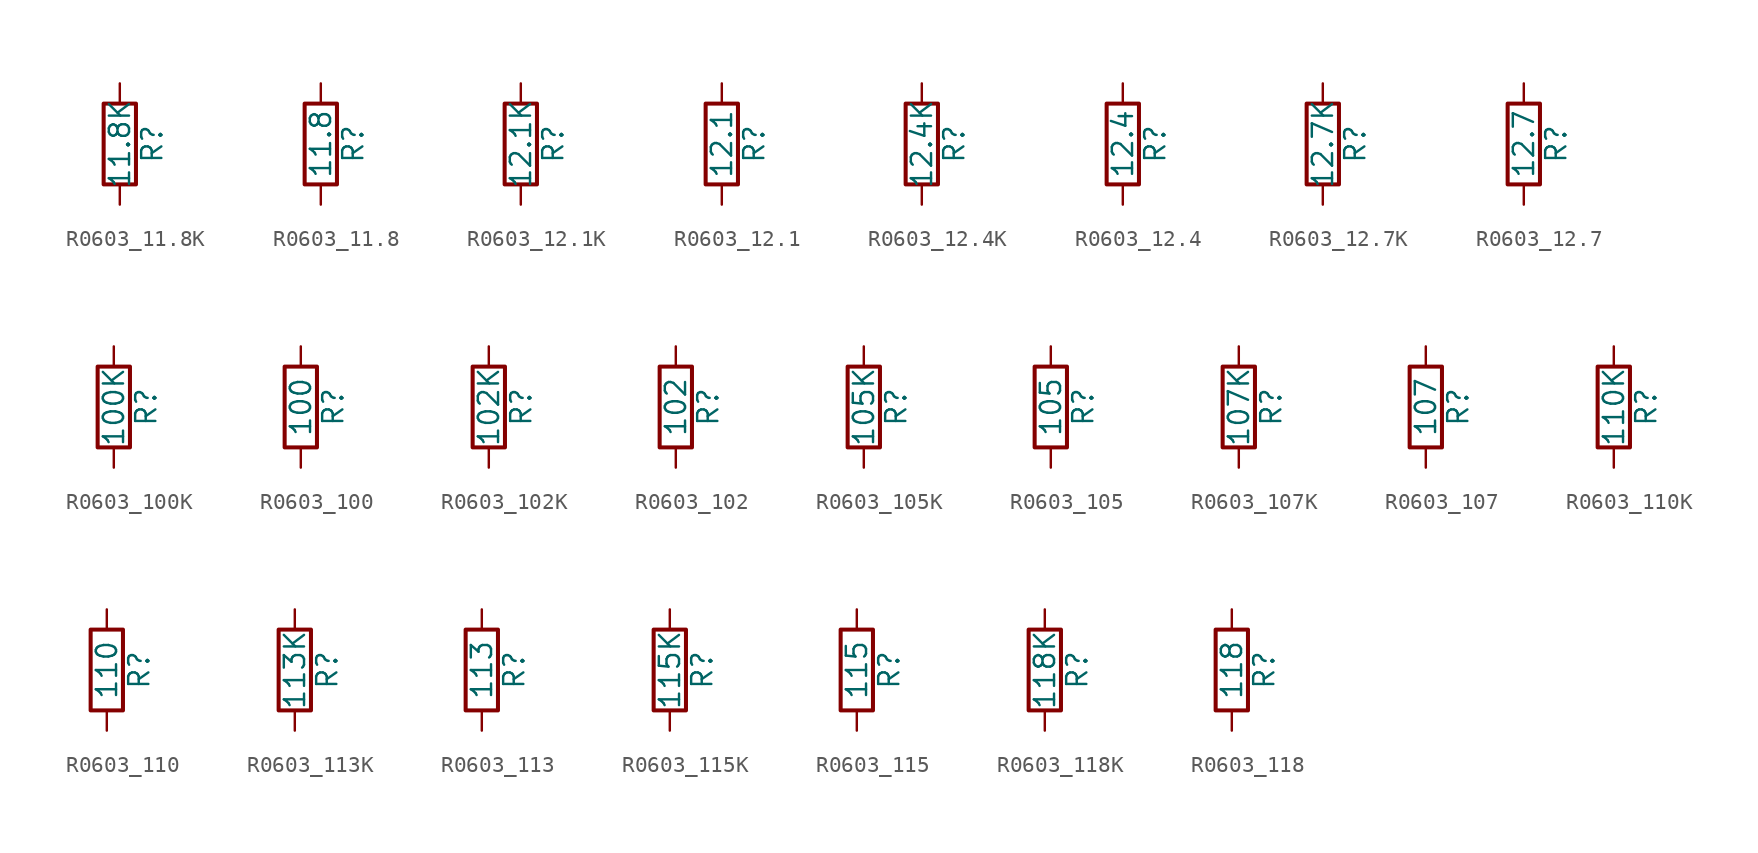
<source format=kicad_sym>
(kicad_symbol_lib
  (version 20211014)
  (generator atlantix-eda)
  (symbol "R0603_11.8K"
    (pin_numbers hide)
    (pin_names
      (offset 0))
    (property "Reference" "R"
      (at 2.032 0 90)
      (effects (font (size 1.27 1.27))))
    (property "Value" "11.8K"
      (at 0 0 90)
      (effects (font (size 1.27 1.27))))
    (symbol "R0603_11.8K_0_1"
      (rectangle (start -1.016 -2.54) (end 1.016 2.54) (stroke (width 0.254) (type default) (color 0 0 0 0)) (fill (type none))))
    (symbol "R0603_11.8K_1_1"
      (pin passive line (at 0 3.81 270) (length 1.27) (name "~" (effects (font (size 1.27 1.27)))) (number "1" (effects (font (size 1.27 1.27)))))
      (pin passive line (at 0 -3.81 90) (length 1.27) (name "~" (effects (font (size 1.27 1.27)))) (number "2" (effects (font (size 1.27 1.27)))))))
  (symbol "R0603_11.8"
    (pin_numbers hide)
    (pin_names
      (offset 0))
    (property "Reference" "R"
      (at 2.032 0 90)
      (effects (font (size 1.27 1.27))))
    (property "Value" "11.8"
      (at 0 0 90)
      (effects (font (size 1.27 1.27))))
    (symbol "R0603_11.8_0_1"
      (rectangle (start -1.016 -2.54) (end 1.016 2.54) (stroke (width 0.254) (type default) (color 0 0 0 0)) (fill (type none))))
    (symbol "R0603_11.8_1_1"
      (pin passive line (at 0 3.81 270) (length 1.27) (name "~" (effects (font (size 1.27 1.27)))) (number "1" (effects (font (size 1.27 1.27)))))
      (pin passive line (at 0 -3.81 90) (length 1.27) (name "~" (effects (font (size 1.27 1.27)))) (number "2" (effects (font (size 1.27 1.27)))))))
  (symbol "R0603_12.1K"
    (pin_numbers hide)
    (pin_names
      (offset 0))
    (property "Reference" "R"
      (at 2.032 0 90)
      (effects (font (size 1.27 1.27))))
    (property "Value" "12.1K"
      (at 0 0 90)
      (effects (font (size 1.27 1.27))))
    (symbol "R0603_12.1K_0_1"
      (rectangle (start -1.016 -2.54) (end 1.016 2.54) (stroke (width 0.254) (type default) (color 0 0 0 0)) (fill (type none))))
    (symbol "R0603_12.1K_1_1"
      (pin passive line (at 0 3.81 270) (length 1.27) (name "~" (effects (font (size 1.27 1.27)))) (number "1" (effects (font (size 1.27 1.27)))))
      (pin passive line (at 0 -3.81 90) (length 1.27) (name "~" (effects (font (size 1.27 1.27)))) (number "2" (effects (font (size 1.27 1.27)))))))
  (symbol "R0603_12.1"
    (pin_numbers hide)
    (pin_names
      (offset 0))
    (property "Reference" "R"
      (at 2.032 0 90)
      (effects (font (size 1.27 1.27))))
    (property "Value" "12.1"
      (at 0 0 90)
      (effects (font (size 1.27 1.27))))
    (symbol "R0603_12.1_0_1"
      (rectangle (start -1.016 -2.54) (end 1.016 2.54) (stroke (width 0.254) (type default) (color 0 0 0 0)) (fill (type none))))
    (symbol "R0603_12.1_1_1"
      (pin passive line (at 0 3.81 270) (length 1.27) (name "~" (effects (font (size 1.27 1.27)))) (number "1" (effects (font (size 1.27 1.27)))))
      (pin passive line (at 0 -3.81 90) (length 1.27) (name "~" (effects (font (size 1.27 1.27)))) (number "2" (effects (font (size 1.27 1.27)))))))
  (symbol "R0603_12.4K"
    (pin_numbers hide)
    (pin_names
      (offset 0))
    (property "Reference" "R"
      (at 2.032 0 90)
      (effects (font (size 1.27 1.27))))
    (property "Value" "12.4K"
      (at 0 0 90)
      (effects (font (size 1.27 1.27))))
    (symbol "R0603_12.4K_0_1"
      (rectangle (start -1.016 -2.54) (end 1.016 2.54) (stroke (width 0.254) (type default) (color 0 0 0 0)) (fill (type none))))
    (symbol "R0603_12.4K_1_1"
      (pin passive line (at 0 3.81 270) (length 1.27) (name "~" (effects (font (size 1.27 1.27)))) (number "1" (effects (font (size 1.27 1.27)))))
      (pin passive line (at 0 -3.81 90) (length 1.27) (name "~" (effects (font (size 1.27 1.27)))) (number "2" (effects (font (size 1.27 1.27)))))))
  (symbol "R0603_12.4"
    (pin_numbers hide)
    (pin_names
      (offset 0))
    (property "Reference" "R"
      (at 2.032 0 90)
      (effects (font (size 1.27 1.27))))
    (property "Value" "12.4"
      (at 0 0 90)
      (effects (font (size 1.27 1.27))))
    (symbol "R0603_12.4_0_1"
      (rectangle (start -1.016 -2.54) (end 1.016 2.54) (stroke (width 0.254) (type default) (color 0 0 0 0)) (fill (type none))))
    (symbol "R0603_12.4_1_1"
      (pin passive line (at 0 3.81 270) (length 1.27) (name "~" (effects (font (size 1.27 1.27)))) (number "1" (effects (font (size 1.27 1.27)))))
      (pin passive line (at 0 -3.81 90) (length 1.27) (name "~" (effects (font (size 1.27 1.27)))) (number "2" (effects (font (size 1.27 1.27)))))))
  (symbol "R0603_12.7K"
    (pin_numbers hide)
    (pin_names
      (offset 0))
    (property "Reference" "R"
      (at 2.032 0 90)
      (effects (font (size 1.27 1.27))))
    (property "Value" "12.7K"
      (at 0 0 90)
      (effects (font (size 1.27 1.27))))
    (symbol "R0603_12.7K_0_1"
      (rectangle (start -1.016 -2.54) (end 1.016 2.54) (stroke (width 0.254) (type default) (color 0 0 0 0)) (fill (type none))))
    (symbol "R0603_12.7K_1_1"
      (pin passive line (at 0 3.81 270) (length 1.27) (name "~" (effects (font (size 1.27 1.27)))) (number "1" (effects (font (size 1.27 1.27)))))
      (pin passive line (at 0 -3.81 90) (length 1.27) (name "~" (effects (font (size 1.27 1.27)))) (number "2" (effects (font (size 1.27 1.27)))))))
  (symbol "R0603_12.7"
    (pin_numbers hide)
    (pin_names
      (offset 0))
    (property "Reference" "R"
      (at 2.032 0 90)
      (effects (font (size 1.27 1.27))))
    (property "Value" "12.7"
      (at 0 0 90)
      (effects (font (size 1.27 1.27))))
    (symbol "R0603_12.7_0_1"
      (rectangle (start -1.016 -2.54) (end 1.016 2.54) (stroke (width 0.254) (type default) (color 0 0 0 0)) (fill (type none))))
    (symbol "R0603_12.7_1_1"
      (pin passive line (at 0 3.81 270) (length 1.27) (name "~" (effects (font (size 1.27 1.27)))) (number "1" (effects (font (size 1.27 1.27)))))
      (pin passive line (at 0 -3.81 90) (length 1.27) (name "~" (effects (font (size 1.27 1.27)))) (number "2" (effects (font (size 1.27 1.27)))))))
  (symbol "R0603_100K"
    (pin_numbers hide)
    (pin_names
      (offset 0))
    (property "Reference" "R"
      (at 2.032 0 90)
      (effects (font (size 1.27 1.27))))
    (property "Value" "100K"
      (at 0 0 90)
      (effects (font (size 1.27 1.27))))
    (symbol "R0603_100K_0_1"
      (rectangle (start -1.016 -2.54) (end 1.016 2.54) (stroke (width 0.254) (type default) (color 0 0 0 0)) (fill (type none))))
    (symbol "R0603_100K_1_1"
      (pin passive line (at 0 3.81 270) (length 1.27) (name "~" (effects (font (size 1.27 1.27)))) (number "1" (effects (font (size 1.27 1.27)))))
      (pin passive line (at 0 -3.81 90) (length 1.27) (name "~" (effects (font (size 1.27 1.27)))) (number "2" (effects (font (size 1.27 1.27)))))))
  (symbol "R0603_100"
    (pin_numbers hide)
    (pin_names
      (offset 0))
    (property "Reference" "R"
      (at 2.032 0 90)
      (effects (font (size 1.27 1.27))))
    (property "Value" "100"
      (at 0 0 90)
      (effects (font (size 1.27 1.27))))
    (symbol "R0603_100_0_1"
      (rectangle (start -1.016 -2.54) (end 1.016 2.54) (stroke (width 0.254) (type default) (color 0 0 0 0)) (fill (type none))))
    (symbol "R0603_100_1_1"
      (pin passive line (at 0 3.81 270) (length 1.27) (name "~" (effects (font (size 1.27 1.27)))) (number "1" (effects (font (size 1.27 1.27)))))
      (pin passive line (at 0 -3.81 90) (length 1.27) (name "~" (effects (font (size 1.27 1.27)))) (number "2" (effects (font (size 1.27 1.27)))))))
  (symbol "R0603_102K"
    (pin_numbers hide)
    (pin_names
      (offset 0))
    (property "Reference" "R"
      (at 2.032 0 90)
      (effects (font (size 1.27 1.27))))
    (property "Value" "102K"
      (at 0 0 90)
      (effects (font (size 1.27 1.27))))
    (symbol "R0603_102K_0_1"
      (rectangle (start -1.016 -2.54) (end 1.016 2.54) (stroke (width 0.254) (type default) (color 0 0 0 0)) (fill (type none))))
    (symbol "R0603_102K_1_1"
      (pin passive line (at 0 3.81 270) (length 1.27) (name "~" (effects (font (size 1.27 1.27)))) (number "1" (effects (font (size 1.27 1.27)))))
      (pin passive line (at 0 -3.81 90) (length 1.27) (name "~" (effects (font (size 1.27 1.27)))) (number "2" (effects (font (size 1.27 1.27)))))))
  (symbol "R0603_102"
    (pin_numbers hide)
    (pin_names
      (offset 0))
    (property "Reference" "R"
      (at 2.032 0 90)
      (effects (font (size 1.27 1.27))))
    (property "Value" "102"
      (at 0 0 90)
      (effects (font (size 1.27 1.27))))
    (symbol "R0603_102_0_1"
      (rectangle (start -1.016 -2.54) (end 1.016 2.54) (stroke (width 0.254) (type default) (color 0 0 0 0)) (fill (type none))))
    (symbol "R0603_102_1_1"
      (pin passive line (at 0 3.81 270) (length 1.27) (name "~" (effects (font (size 1.27 1.27)))) (number "1" (effects (font (size 1.27 1.27)))))
      (pin passive line (at 0 -3.81 90) (length 1.27) (name "~" (effects (font (size 1.27 1.27)))) (number "2" (effects (font (size 1.27 1.27)))))))
  (symbol "R0603_105K"
    (pin_numbers hide)
    (pin_names
      (offset 0))
    (property "Reference" "R"
      (at 2.032 0 90)
      (effects (font (size 1.27 1.27))))
    (property "Value" "105K"
      (at 0 0 90)
      (effects (font (size 1.27 1.27))))
    (symbol "R0603_105K_0_1"
      (rectangle (start -1.016 -2.54) (end 1.016 2.54) (stroke (width 0.254) (type default) (color 0 0 0 0)) (fill (type none))))
    (symbol "R0603_105K_1_1"
      (pin passive line (at 0 3.81 270) (length 1.27) (name "~" (effects (font (size 1.27 1.27)))) (number "1" (effects (font (size 1.27 1.27)))))
      (pin passive line (at 0 -3.81 90) (length 1.27) (name "~" (effects (font (size 1.27 1.27)))) (number "2" (effects (font (size 1.27 1.27)))))))
  (symbol "R0603_105"
    (pin_numbers hide)
    (pin_names
      (offset 0))
    (property "Reference" "R"
      (at 2.032 0 90)
      (effects (font (size 1.27 1.27))))
    (property "Value" "105"
      (at 0 0 90)
      (effects (font (size 1.27 1.27))))
    (symbol "R0603_105_0_1"
      (rectangle (start -1.016 -2.54) (end 1.016 2.54) (stroke (width 0.254) (type default) (color 0 0 0 0)) (fill (type none))))
    (symbol "R0603_105_1_1"
      (pin passive line (at 0 3.81 270) (length 1.27) (name "~" (effects (font (size 1.27 1.27)))) (number "1" (effects (font (size 1.27 1.27)))))
      (pin passive line (at 0 -3.81 90) (length 1.27) (name "~" (effects (font (size 1.27 1.27)))) (number "2" (effects (font (size 1.27 1.27)))))))
  (symbol "R0603_107K"
    (pin_numbers hide)
    (pin_names
      (offset 0))
    (property "Reference" "R"
      (at 2.032 0 90)
      (effects (font (size 1.27 1.27))))
    (property "Value" "107K"
      (at 0 0 90)
      (effects (font (size 1.27 1.27))))
    (symbol "R0603_107K_0_1"
      (rectangle (start -1.016 -2.54) (end 1.016 2.54) (stroke (width 0.254) (type default) (color 0 0 0 0)) (fill (type none))))
    (symbol "R0603_107K_1_1"
      (pin passive line (at 0 3.81 270) (length 1.27) (name "~" (effects (font (size 1.27 1.27)))) (number "1" (effects (font (size 1.27 1.27)))))
      (pin passive line (at 0 -3.81 90) (length 1.27) (name "~" (effects (font (size 1.27 1.27)))) (number "2" (effects (font (size 1.27 1.27)))))))
  (symbol "R0603_107"
    (pin_numbers hide)
    (pin_names
      (offset 0))
    (property "Reference" "R"
      (at 2.032 0 90)
      (effects (font (size 1.27 1.27))))
    (property "Value" "107"
      (at 0 0 90)
      (effects (font (size 1.27 1.27))))
    (symbol "R0603_107_0_1"
      (rectangle (start -1.016 -2.54) (end 1.016 2.54) (stroke (width 0.254) (type default) (color 0 0 0 0)) (fill (type none))))
    (symbol "R0603_107_1_1"
      (pin passive line (at 0 3.81 270) (length 1.27) (name "~" (effects (font (size 1.27 1.27)))) (number "1" (effects (font (size 1.27 1.27)))))
      (pin passive line (at 0 -3.81 90) (length 1.27) (name "~" (effects (font (size 1.27 1.27)))) (number "2" (effects (font (size 1.27 1.27)))))))
  (symbol "R0603_110K"
    (pin_numbers hide)
    (pin_names
      (offset 0))
    (property "Reference" "R"
      (at 2.032 0 90)
      (effects (font (size 1.27 1.27))))
    (property "Value" "110K"
      (at 0 0 90)
      (effects (font (size 1.27 1.27))))
    (symbol "R0603_110K_0_1"
      (rectangle (start -1.016 -2.54) (end 1.016 2.54) (stroke (width 0.254) (type default) (color 0 0 0 0)) (fill (type none))))
    (symbol "R0603_110K_1_1"
      (pin passive line (at 0 3.81 270) (length 1.27) (name "~" (effects (font (size 1.27 1.27)))) (number "1" (effects (font (size 1.27 1.27)))))
      (pin passive line (at 0 -3.81 90) (length 1.27) (name "~" (effects (font (size 1.27 1.27)))) (number "2" (effects (font (size 1.27 1.27)))))))
  (symbol "R0603_110"
    (pin_numbers hide)
    (pin_names
      (offset 0))
    (property "Reference" "R"
      (at 2.032 0 90)
      (effects (font (size 1.27 1.27))))
    (property "Value" "110"
      (at 0 0 90)
      (effects (font (size 1.27 1.27))))
    (symbol "R0603_110_0_1"
      (rectangle (start -1.016 -2.54) (end 1.016 2.54) (stroke (width 0.254) (type default) (color 0 0 0 0)) (fill (type none))))
    (symbol "R0603_110_1_1"
      (pin passive line (at 0 3.81 270) (length 1.27) (name "~" (effects (font (size 1.27 1.27)))) (number "1" (effects (font (size 1.27 1.27)))))
      (pin passive line (at 0 -3.81 90) (length 1.27) (name "~" (effects (font (size 1.27 1.27)))) (number "2" (effects (font (size 1.27 1.27)))))))
  (symbol "R0603_113K"
    (pin_numbers hide)
    (pin_names
      (offset 0))
    (property "Reference" "R"
      (at 2.032 0 90)
      (effects (font (size 1.27 1.27))))
    (property "Value" "113K"
      (at 0 0 90)
      (effects (font (size 1.27 1.27))))
    (symbol "R0603_113K_0_1"
      (rectangle (start -1.016 -2.54) (end 1.016 2.54) (stroke (width 0.254) (type default) (color 0 0 0 0)) (fill (type none))))
    (symbol "R0603_113K_1_1"
      (pin passive line (at 0 3.81 270) (length 1.27) (name "~" (effects (font (size 1.27 1.27)))) (number "1" (effects (font (size 1.27 1.27)))))
      (pin passive line (at 0 -3.81 90) (length 1.27) (name "~" (effects (font (size 1.27 1.27)))) (number "2" (effects (font (size 1.27 1.27)))))))
  (symbol "R0603_113"
    (pin_numbers hide)
    (pin_names
      (offset 0))
    (property "Reference" "R"
      (at 2.032 0 90)
      (effects (font (size 1.27 1.27))))
    (property "Value" "113"
      (at 0 0 90)
      (effects (font (size 1.27 1.27))))
    (symbol "R0603_113_0_1"
      (rectangle (start -1.016 -2.54) (end 1.016 2.54) (stroke (width 0.254) (type default) (color 0 0 0 0)) (fill (type none))))
    (symbol "R0603_113_1_1"
      (pin passive line (at 0 3.81 270) (length 1.27) (name "~" (effects (font (size 1.27 1.27)))) (number "1" (effects (font (size 1.27 1.27)))))
      (pin passive line (at 0 -3.81 90) (length 1.27) (name "~" (effects (font (size 1.27 1.27)))) (number "2" (effects (font (size 1.27 1.27)))))))
  (symbol "R0603_115K"
    (pin_numbers hide)
    (pin_names
      (offset 0))
    (property "Reference" "R"
      (at 2.032 0 90)
      (effects (font (size 1.27 1.27))))
    (property "Value" "115K"
      (at 0 0 90)
      (effects (font (size 1.27 1.27))))
    (symbol "R0603_115K_0_1"
      (rectangle (start -1.016 -2.54) (end 1.016 2.54) (stroke (width 0.254) (type default) (color 0 0 0 0)) (fill (type none))))
    (symbol "R0603_115K_1_1"
      (pin passive line (at 0 3.81 270) (length 1.27) (name "~" (effects (font (size 1.27 1.27)))) (number "1" (effects (font (size 1.27 1.27)))))
      (pin passive line (at 0 -3.81 90) (length 1.27) (name "~" (effects (font (size 1.27 1.27)))) (number "2" (effects (font (size 1.27 1.27)))))))
  (symbol "R0603_115"
    (pin_numbers hide)
    (pin_names
      (offset 0))
    (property "Reference" "R"
      (at 2.032 0 90)
      (effects (font (size 1.27 1.27))))
    (property "Value" "115"
      (at 0 0 90)
      (effects (font (size 1.27 1.27))))
    (symbol "R0603_115_0_1"
      (rectangle (start -1.016 -2.54) (end 1.016 2.54) (stroke (width 0.254) (type default) (color 0 0 0 0)) (fill (type none))))
    (symbol "R0603_115_1_1"
      (pin passive line (at 0 3.81 270) (length 1.27) (name "~" (effects (font (size 1.27 1.27)))) (number "1" (effects (font (size 1.27 1.27)))))
      (pin passive line (at 0 -3.81 90) (length 1.27) (name "~" (effects (font (size 1.27 1.27)))) (number "2" (effects (font (size 1.27 1.27)))))))
  (symbol "R0603_118K"
    (pin_numbers hide)
    (pin_names
      (offset 0))
    (property "Reference" "R"
      (at 2.032 0 90)
      (effects (font (size 1.27 1.27))))
    (property "Value" "118K"
      (at 0 0 90)
      (effects (font (size 1.27 1.27))))
    (symbol "R0603_118K_0_1"
      (rectangle (start -1.016 -2.54) (end 1.016 2.54) (stroke (width 0.254) (type default) (color 0 0 0 0)) (fill (type none))))
    (symbol "R0603_118K_1_1"
      (pin passive line (at 0 3.81 270) (length 1.27) (name "~" (effects (font (size 1.27 1.27)))) (number "1" (effects (font (size 1.27 1.27)))))
      (pin passive line (at 0 -3.81 90) (length 1.27) (name "~" (effects (font (size 1.27 1.27)))) (number "2" (effects (font (size 1.27 1.27)))))))
  (symbol "R0603_118"
    (pin_numbers hide)
    (pin_names
      (offset 0))
    (property "Reference" "R"
      (at 2.032 0 90)
      (effects (font (size 1.27 1.27))))
    (property "Value" "118"
      (at 0 0 90)
      (effects (font (size 1.27 1.27))))
    (symbol "R0603_118_0_1"
      (rectangle (start -1.016 -2.54) (end 1.016 2.54) (stroke (width 0.254) (type default) (color 0 0 0 0)) (fill (type none))))
    (symbol "R0603_118_1_1"
      (pin passive line (at 0 3.81 270) (length 1.27) (name "~" (effects (font (size 1.27 1.27)))) (number "1" (effects (font (size 1.27 1.27)))))
      (pin passive line (at 0 -3.81 90) (length 1.27) (name "~" (effects (font (size 1.27 1.27)))) (number "2" (effects (font (size 1.27 1.27))))))))
</source>
